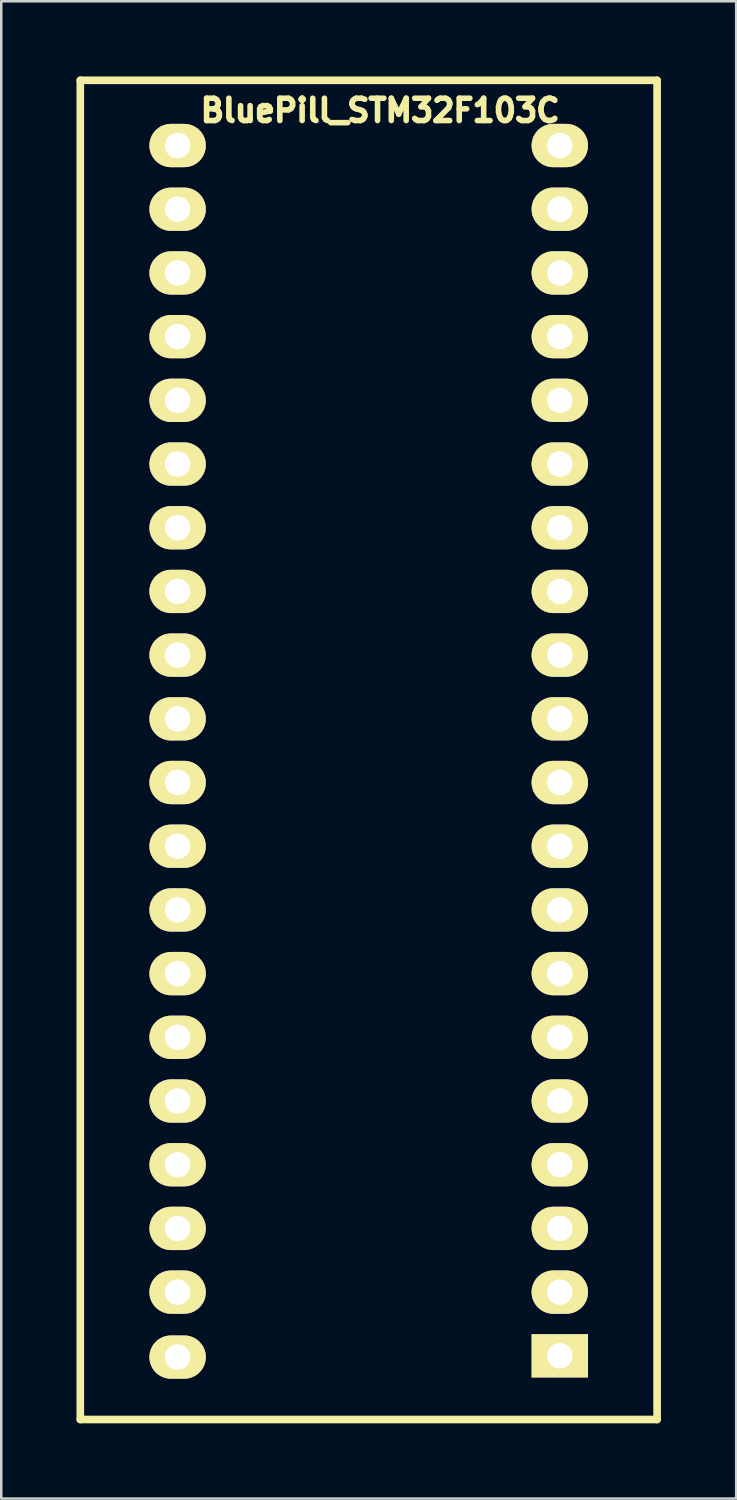
<source format=kicad_pcb>
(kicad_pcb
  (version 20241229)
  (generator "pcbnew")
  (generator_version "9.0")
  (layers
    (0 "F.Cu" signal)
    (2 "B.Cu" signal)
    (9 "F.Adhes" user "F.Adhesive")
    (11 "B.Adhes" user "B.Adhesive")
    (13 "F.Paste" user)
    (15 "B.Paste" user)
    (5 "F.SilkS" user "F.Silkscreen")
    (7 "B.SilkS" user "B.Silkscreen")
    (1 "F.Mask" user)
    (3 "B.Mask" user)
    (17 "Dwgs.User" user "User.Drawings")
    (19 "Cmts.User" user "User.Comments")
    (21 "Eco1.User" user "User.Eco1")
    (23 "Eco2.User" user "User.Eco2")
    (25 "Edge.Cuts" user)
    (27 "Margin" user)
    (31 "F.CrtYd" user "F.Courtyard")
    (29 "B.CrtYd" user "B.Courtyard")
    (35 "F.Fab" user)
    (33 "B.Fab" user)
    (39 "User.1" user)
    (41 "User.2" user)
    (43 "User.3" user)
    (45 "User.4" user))
  (footprint "BluePill_STM32F103C"
    (layer "F.Cu")
    (at 11.652 25.562)
    (property "Reference" "BluePill_STM32F103C" (at 0.457 -24.206 0) (layer "F.SilkS") (effects (font (size 0.889 0.889) (thickness 0.305))))
    (attr through_hole)
    (fp_line (start -11.5 -25.41) (end 11.5 -25.41) (stroke (width 0.305) (type solid)) (layer "F.SilkS"))
    (fp_line (start -11.5 27.99) (end -11.5 -25.41) (stroke (width 0.305) (type solid)) (layer "F.SilkS"))
    (fp_line (start 11.5 -25.41) (end 11.5 27.99) (stroke (width 0.305) (type solid)) (layer "F.SilkS"))
    (fp_line (start 11.5 27.99) (end -11.5 27.99) (stroke (width 0.305) (type solid)) (layer "F.SilkS"))
    (pad "1" thru_hole rect (at 7.62 25.451 90) (size 1.727 2.25) (drill 1.016) (layers "*.Cu" "*.Mask" "F.SilkS"))
    (pad "2" thru_hole oval (at 7.62 22.911 90) (size 1.727 2.25) (drill 1.016) (layers "*.Cu" "*.Mask" "F.SilkS"))
    (pad "3" thru_hole oval (at 7.62 20.371 90) (size 1.727 2.25) (drill 1.016) (layers "*.Cu" "*.Mask" "F.SilkS"))
    (pad "4" thru_hole oval (at 7.62 17.831 90) (size 1.727 2.25) (drill 1.016) (layers "*.Cu" "*.Mask" "F.SilkS"))
    (pad "5" thru_hole oval (at 7.62 15.291 90) (size 1.727 2.25) (drill 1.016) (layers "*.Cu" "*.Mask" "F.SilkS"))
    (pad "6" thru_hole oval (at 7.62 12.751 90) (size 1.727 2.25) (drill 1.016) (layers "*.Cu" "*.Mask" "F.SilkS"))
    (pad "7" thru_hole oval (at 7.62 10.211 90) (size 1.727 2.25) (drill 1.016) (layers "*.Cu" "*.Mask" "F.SilkS"))
    (pad "8" thru_hole oval (at 7.62 7.671 90) (size 1.727 2.25) (drill 1.016) (layers "*.Cu" "*.Mask" "F.SilkS"))
    (pad "9" thru_hole oval (at 7.62 5.131 90) (size 1.727 2.25) (drill 1.016) (layers "*.Cu" "*.Mask" "F.SilkS"))
    (pad "10" thru_hole oval (at 7.62 2.591 90) (size 1.727 2.25) (drill 1.016) (layers "*.Cu" "*.Mask" "F.SilkS"))
    (pad "11" thru_hole oval (at 7.62 0.051 90) (size 1.727 2.25) (drill 1.016) (layers "*.Cu" "*.Mask" "F.SilkS"))
    (pad "12" thru_hole oval (at 7.62 -2.489 90) (size 1.727 2.25) (drill 1.016) (layers "*.Cu" "*.Mask" "F.SilkS"))
    (pad "13" thru_hole oval (at 7.62 -5.029 90) (size 1.727 2.25) (drill 1.016) (layers "*.Cu" "*.Mask" "F.SilkS"))
    (pad "14" thru_hole oval (at 7.62 -7.569 90) (size 1.727 2.25) (drill 1.016) (layers "*.Cu" "*.Mask" "F.SilkS"))
    (pad "15" thru_hole oval (at 7.62 -10.109 90) (size 1.727 2.25) (drill 1.016) (layers "*.Cu" "*.Mask" "F.SilkS"))
    (pad "16" thru_hole oval (at 7.62 -12.649 90) (size 1.727 2.25) (drill 1.016) (layers "*.Cu" "*.Mask" "F.SilkS"))
    (pad "17" thru_hole oval (at 7.62 -15.189 90) (size 1.727 2.25) (drill 1.016) (layers "*.Cu" "*.Mask" "F.SilkS"))
    (pad "18" thru_hole oval (at 7.62 -17.729 90) (size 1.727 2.25) (drill 1.016) (layers "*.Cu" "*.Mask" "F.SilkS"))
    (pad "19" thru_hole oval (at 7.62 -20.269 90) (size 1.727 2.25) (drill 1.016) (layers "*.Cu" "*.Mask" "F.SilkS"))
    (pad "20" thru_hole oval (at 7.62 -22.809 90) (size 1.727 2.25) (drill 1.016) (layers "*.Cu" "*.Mask" "F.SilkS"))
    (pad "21" thru_hole oval (at -7.62 -22.809 270) (size 1.727 2.25) (drill 1.016) (layers "*.Cu" "*.Mask" "F.SilkS"))
    (pad "22" thru_hole oval (at -7.62 -20.269 270) (size 1.727 2.25) (drill 1.016) (layers "*.Cu" "*.Mask" "F.SilkS"))
    (pad "23" thru_hole oval (at -7.62 -17.729 270) (size 1.727 2.25) (drill 1.016) (layers "*.Cu" "*.Mask" "F.SilkS"))
    (pad "24" thru_hole oval (at -7.62 -15.189 270) (size 1.727 2.25) (drill 1.016) (layers "*.Cu" "*.Mask" "F.SilkS"))
    (pad "25" thru_hole oval (at -7.62 -12.649 270) (size 1.727 2.25) (drill 1.016) (layers "*.Cu" "*.Mask" "F.SilkS"))
    (pad "26" thru_hole oval (at -7.62 -10.109 270) (size 1.727 2.25) (drill 1.016) (layers "*.Cu" "*.Mask" "F.SilkS"))
    (pad "27" thru_hole oval (at -7.62 -7.569 270) (size 1.727 2.25) (drill 1.016) (layers "*.Cu" "*.Mask" "F.SilkS"))
    (pad "28" thru_hole oval (at -7.62 -5.029 270) (size 1.727 2.25) (drill 1.016) (layers "*.Cu" "*.Mask" "F.SilkS"))
    (pad "29" thru_hole oval (at -7.62 -2.489 270) (size 1.727 2.25) (drill 1.016) (layers "*.Cu" "*.Mask" "F.SilkS"))
    (pad "30" thru_hole oval (at -7.62 0.051 270) (size 1.727 2.25) (drill 1.016) (layers "*.Cu" "*.Mask" "F.SilkS"))
    (pad "31" thru_hole oval (at -7.62 2.591 270) (size 1.727 2.25) (drill 1.016) (layers "*.Cu" "*.Mask" "F.SilkS"))
    (pad "32" thru_hole oval (at -7.62 5.131 270) (size 1.727 2.25) (drill 1.016) (layers "*.Cu" "*.Mask" "F.SilkS"))
    (pad "33" thru_hole oval (at -7.62 7.671 270) (size 1.727 2.25) (drill 1.016) (layers "*.Cu" "*.Mask" "F.SilkS"))
    (pad "34" thru_hole oval (at -7.62 10.211 270) (size 1.727 2.25) (drill 1.016) (layers "*.Cu" "*.Mask" "F.SilkS"))
    (pad "35" thru_hole oval (at -7.62 12.751 270) (size 1.727 2.25) (drill 1.016) (layers "*.Cu" "*.Mask" "F.SilkS"))
    (pad "36" thru_hole oval (at -7.62 15.291 270) (size 1.727 2.25) (drill 1.016) (layers "*.Cu" "*.Mask" "F.SilkS"))
    (pad "37" thru_hole oval (at -7.62 17.831 270) (size 1.727 2.25) (drill 1.016) (layers "*.Cu" "*.Mask" "F.SilkS"))
    (pad "38" thru_hole oval (at -7.62 20.371 270) (size 1.727 2.25) (drill 1.016) (layers "*.Cu" "*.Mask" "F.SilkS"))
    (pad "39" thru_hole oval (at -7.62 22.911 270) (size 1.727 2.25) (drill 1.016) (layers "*.Cu" "*.Mask" "F.SilkS"))
    (pad "40" thru_hole oval (at -7.62 25.502 270) (size 1.727 2.25) (drill 1.016) (layers "*.Cu" "*.Mask" "F.SilkS")))
  (gr_rect
    (start -3 -3)
    (end 26.305 56.705)
    (stroke (width 0.1) (type default))
    (fill no)
    (layer "Edge.Cuts")))
</source>
